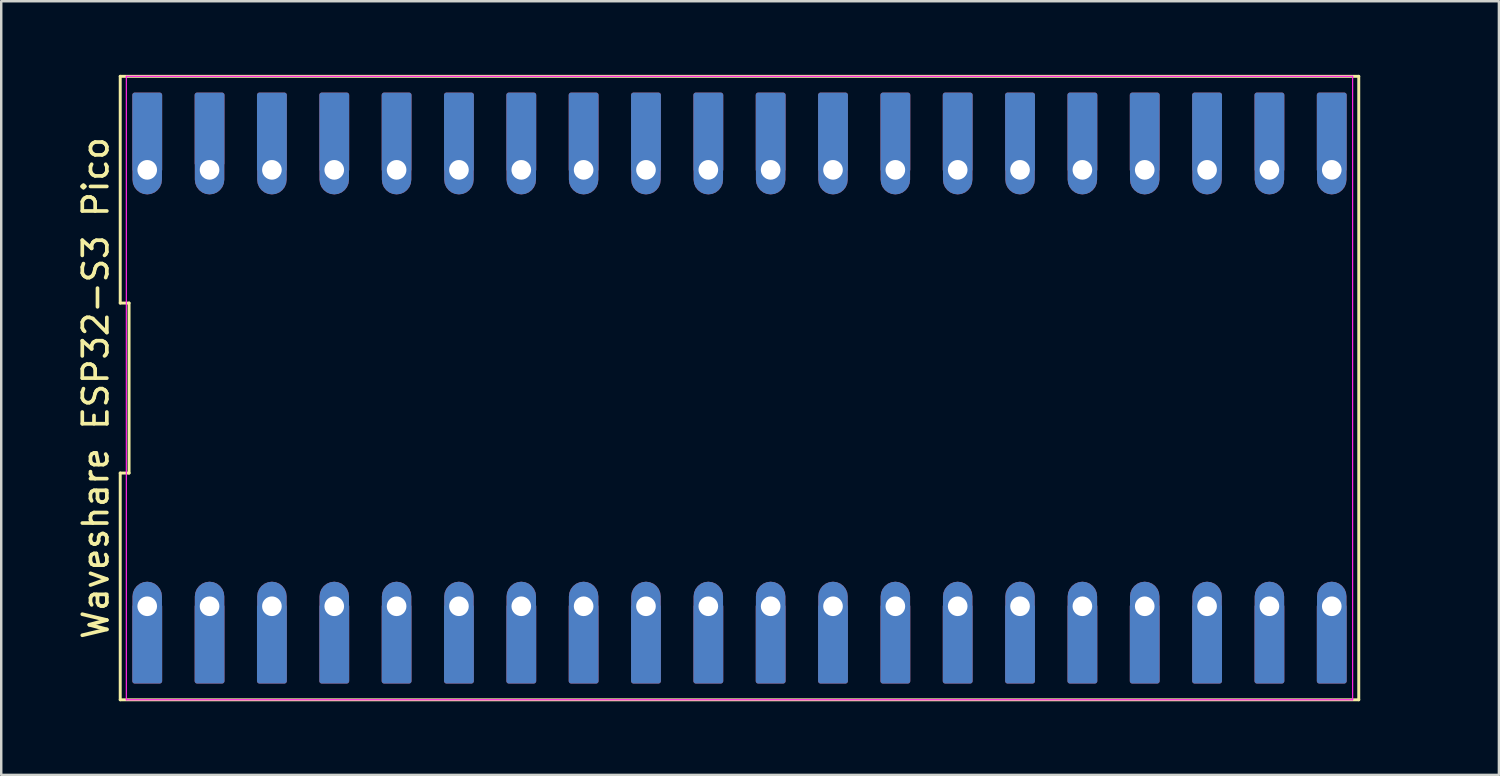
<source format=kicad_pcb>
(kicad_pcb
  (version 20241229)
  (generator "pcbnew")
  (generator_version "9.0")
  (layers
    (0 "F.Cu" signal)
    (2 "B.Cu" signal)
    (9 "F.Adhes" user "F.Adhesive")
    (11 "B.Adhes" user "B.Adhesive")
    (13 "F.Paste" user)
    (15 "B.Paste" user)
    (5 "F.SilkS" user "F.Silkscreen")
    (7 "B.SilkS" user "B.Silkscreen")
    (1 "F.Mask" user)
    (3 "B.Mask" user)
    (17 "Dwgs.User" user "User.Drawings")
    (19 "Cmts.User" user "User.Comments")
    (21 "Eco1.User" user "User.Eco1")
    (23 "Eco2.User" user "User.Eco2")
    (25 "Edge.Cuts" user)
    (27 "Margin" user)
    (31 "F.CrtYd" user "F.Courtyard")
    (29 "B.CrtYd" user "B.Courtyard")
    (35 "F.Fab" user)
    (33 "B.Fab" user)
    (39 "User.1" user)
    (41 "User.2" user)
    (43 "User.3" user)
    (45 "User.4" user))
  (footprint "Waveshare ESP32-S3 Pico"
    (layer "F.Cu")
    (at 27.078 12.76)
    (property "Reference" "Waveshare ESP32-S3 Pico" (at -26.23 0 90) (layer "F.SilkS") (effects (font (size 1 1) (thickness 0.15))))
    (attr through_hole)
    (fp_rect (start -24.638 -11.938) (end -23.622 -8.89) (stroke (width 0.1) (type solid)) (fill yes) (layer "F.Mask"))
    (fp_rect (start -24.638 8.89) (end -23.622 11.938) (stroke (width 0.1) (type solid)) (fill yes) (layer "F.Mask"))
    (fp_rect (start -22.098 -11.938) (end -21.082 -8.89) (stroke (width 0.1) (type solid)) (fill yes) (layer "F.Mask"))
    (fp_rect (start -22.098 8.89) (end -21.082 11.938) (stroke (width 0.1) (type solid)) (fill yes) (layer "F.Mask"))
    (fp_rect (start -19.558 -11.938) (end -18.542 -8.89) (stroke (width 0.1) (type solid)) (fill yes) (layer "F.Mask"))
    (fp_rect (start -19.558 8.89) (end -18.542 11.938) (stroke (width 0.1) (type solid)) (fill yes) (layer "F.Mask"))
    (fp_rect (start -17.018 -11.938) (end -16.002 -8.89) (stroke (width 0.1) (type solid)) (fill yes) (layer "F.Mask"))
    (fp_rect (start -17.018 8.89) (end -16.002 11.938) (stroke (width 0.1) (type solid)) (fill yes) (layer "F.Mask"))
    (fp_rect (start -14.478 -11.938) (end -13.462 -8.89) (stroke (width 0.1) (type solid)) (fill yes) (layer "F.Mask"))
    (fp_rect (start -14.478 8.89) (end -13.462 11.938) (stroke (width 0.1) (type solid)) (fill yes) (layer "F.Mask"))
    (fp_rect (start -11.938 -11.938) (end -10.922 -8.89) (stroke (width 0.1) (type solid)) (fill yes) (layer "F.Mask"))
    (fp_rect (start -11.938 8.89) (end -10.922 11.938) (stroke (width 0.1) (type solid)) (fill yes) (layer "F.Mask"))
    (fp_rect (start -9.398 -11.938) (end -8.382 -8.89) (stroke (width 0.1) (type solid)) (fill yes) (layer "F.Mask"))
    (fp_rect (start -9.398 8.89) (end -8.382 11.938) (stroke (width 0.1) (type solid)) (fill yes) (layer "F.Mask"))
    (fp_rect (start -6.858 -11.938) (end -5.842 -8.89) (stroke (width 0.1) (type solid)) (fill yes) (layer "F.Mask"))
    (fp_rect (start -6.858 8.89) (end -5.842 11.938) (stroke (width 0.1) (type solid)) (fill yes) (layer "F.Mask"))
    (fp_rect (start -4.318 -11.938) (end -3.302 -8.89) (stroke (width 0.1) (type solid)) (fill yes) (layer "F.Mask"))
    (fp_rect (start -4.318 8.89) (end -3.302 11.938) (stroke (width 0.1) (type solid)) (fill yes) (layer "F.Mask"))
    (fp_rect (start -1.778 -11.938) (end -0.762 -8.89) (stroke (width 0.1) (type solid)) (fill yes) (layer "F.Mask"))
    (fp_rect (start -1.778 8.89) (end -0.762 11.938) (stroke (width 0.1) (type solid)) (fill yes) (layer "F.Mask"))
    (fp_rect (start 0.762 -11.938) (end 1.778 -8.89) (stroke (width 0.1) (type solid)) (fill yes) (layer "F.Mask"))
    (fp_rect (start 0.762 8.89) (end 1.778 11.938) (stroke (width 0.1) (type solid)) (fill yes) (layer "F.Mask"))
    (fp_rect (start 3.302 -11.938) (end 4.318 -8.89) (stroke (width 0.1) (type solid)) (fill yes) (layer "F.Mask"))
    (fp_rect (start 3.302 8.89) (end 4.318 11.938) (stroke (width 0.1) (type solid)) (fill yes) (layer "F.Mask"))
    (fp_rect (start 5.842 -11.938) (end 6.858 -8.89) (stroke (width 0.1) (type solid)) (fill yes) (layer "F.Mask"))
    (fp_rect (start 5.842 8.89) (end 6.858 11.938) (stroke (width 0.1) (type solid)) (fill yes) (layer "F.Mask"))
    (fp_rect (start 8.382 -11.938) (end 9.398 -8.89) (stroke (width 0.1) (type solid)) (fill yes) (layer "F.Mask"))
    (fp_rect (start 8.382 8.89) (end 9.398 11.938) (stroke (width 0.1) (type solid)) (fill yes) (layer "F.Mask"))
    (fp_rect (start 10.922 -11.938) (end 11.938 -8.89) (stroke (width 0.1) (type solid)) (fill yes) (layer "F.Mask"))
    (fp_rect (start 10.922 8.89) (end 11.938 11.938) (stroke (width 0.1) (type solid)) (fill yes) (layer "F.Mask"))
    (fp_rect (start 13.462 -11.938) (end 14.478 -8.89) (stroke (width 0.1) (type solid)) (fill yes) (layer "F.Mask"))
    (fp_rect (start 13.462 8.89) (end 14.478 11.938) (stroke (width 0.1) (type solid)) (fill yes) (layer "F.Mask"))
    (fp_rect (start 16.002 -11.938) (end 17.018 -8.89) (stroke (width 0.1) (type solid)) (fill yes) (layer "F.Mask"))
    (fp_rect (start 16.002 8.89) (end 17.018 11.938) (stroke (width 0.1) (type solid)) (fill yes) (layer "F.Mask"))
    (fp_rect (start 18.542 -11.938) (end 19.558 -8.89) (stroke (width 0.1) (type solid)) (fill yes) (layer "F.Mask"))
    (fp_rect (start 18.542 8.89) (end 19.558 11.938) (stroke (width 0.1) (type solid)) (fill yes) (layer "F.Mask"))
    (fp_rect (start 21.082 -11.938) (end 22.098 -8.89) (stroke (width 0.1) (type solid)) (fill yes) (layer "F.Mask"))
    (fp_rect (start 21.082 8.89) (end 22.098 11.938) (stroke (width 0.1) (type solid)) (fill yes) (layer "F.Mask"))
    (fp_rect (start 23.622 -11.938) (end 24.638 -8.89) (stroke (width 0.1) (type solid)) (fill yes) (layer "F.Mask"))
    (fp_rect (start 23.622 8.89) (end 24.638 11.938) (stroke (width 0.1) (type solid)) (fill yes) (layer "F.Mask"))
    (fp_line (start -25.23 -12.7) (end -25.23 -3.463) (stroke (width 0.12) (type default)) (layer "F.SilkS"))
    (fp_line (start -25.23 -3.463) (end -24.87 -3.463) (stroke (width 0.12) (type default)) (layer "F.SilkS"))
    (fp_line (start -25.23 3.463) (end -25.23 12.7) (stroke (width 0.12) (type default)) (layer "F.SilkS"))
    (fp_line (start -25.23 12.7) (end 25.23 12.7) (stroke (width 0.12) (type default)) (layer "F.SilkS"))
    (fp_line (start -24.87 -3.463) (end -24.87 3.463) (stroke (width 0.12) (type default)) (layer "F.SilkS"))
    (fp_line (start -24.87 3.463) (end -25.23 3.463) (stroke (width 0.12) (type default)) (layer "F.SilkS"))
    (fp_line (start 25.23 -12.7) (end -25.23 -12.7) (stroke (width 0.12) (type default)) (layer "F.SilkS"))
    (fp_line (start 25.23 12.7) (end 25.23 -12.7) (stroke (width 0.12) (type default)) (layer "F.SilkS"))
    (fp_line (start -24.98 -12.7) (end -24.98 12.7) (stroke (width 0.05) (type default)) (layer "F.CrtYd"))
    (fp_line (start -24.98 -12.7) (end 24.98 -12.7) (stroke (width 0.05) (type default)) (layer "F.CrtYd"))
    (fp_line (start 24.98 -12.7) (end 24.98 12.7) (stroke (width 0.05) (type default)) (layer "F.CrtYd"))
    (fp_line (start 24.98 12.7) (end -24.98 12.7) (stroke (width 0.05) (type default)) (layer "F.CrtYd"))
    (pad "1" thru_hole custom (at -24.13 8.89) (size 1.2 2) (drill 0.8) (layers "*.Cu" "*.Mask") (options (anchor circle)) (primitives (gr_poly (pts (xy 0.58 0.555) (xy 0.52 0.7) (xy 0.424 0.824) (xy 0.3 0.92) (xy 0.155 0.98) (xy 0 1) (xy -0.155 0.98) (xy -0.3 0.92) (xy -0.424 0.824) (xy -0.52 0.7) (xy -0.58 0.555) (xy -0.6 0.4) (xy -0.6 -0.4) (xy -0.58 -0.555) (xy -0.52 -0.7) (xy -0.424 -0.824) (xy -0.3 -0.92) (xy -0.155 -0.98) (xy 0 -1) (xy 0.155 -0.98) (xy 0.3 -0.92) (xy 0.424 -0.824) (xy 0.52 -0.7) (xy 0.58 -0.555) (xy 0.6 -0.4) (xy 0.6 0.4)) (width 0) (fill yes)) (gr_rect (start -0.508 0) (end 0.508 3.048) (width 0.2) (fill yes))))
    (pad "2" thru_hole custom (at -21.59 8.89) (size 1.2 2) (drill 0.8) (layers "*.Cu" "*.Mask") (options (anchor circle)) (primitives (gr_poly (pts (xy 0.58 0.555) (xy 0.52 0.7) (xy 0.424 0.824) (xy 0.3 0.92) (xy 0.155 0.98) (xy 0 1) (xy -0.155 0.98) (xy -0.3 0.92) (xy -0.424 0.824) (xy -0.52 0.7) (xy -0.58 0.555) (xy -0.6 0.4) (xy -0.6 -0.4) (xy -0.58 -0.555) (xy -0.52 -0.7) (xy -0.424 -0.824) (xy -0.3 -0.92) (xy -0.155 -0.98) (xy 0 -1) (xy 0.155 -0.98) (xy 0.3 -0.92) (xy 0.424 -0.824) (xy 0.52 -0.7) (xy 0.58 -0.555) (xy 0.6 -0.4) (xy 0.6 0.4)) (width 0) (fill yes)) (gr_rect (start -0.508 0) (end 0.508 3.048) (width 0.2) (fill yes))))
    (pad "3" thru_hole custom (at -19.05 8.89) (size 1.2 2) (drill 0.8) (layers "*.Cu" "*.Mask") (options (anchor circle)) (primitives (gr_poly (pts (xy 0.58 0.555) (xy 0.52 0.7) (xy 0.424 0.824) (xy 0.3 0.92) (xy 0.155 0.98) (xy 0 1) (xy -0.155 0.98) (xy -0.3 0.92) (xy -0.424 0.824) (xy -0.52 0.7) (xy -0.58 0.555) (xy -0.6 0.4) (xy -0.6 -0.4) (xy -0.58 -0.555) (xy -0.52 -0.7) (xy -0.424 -0.824) (xy -0.3 -0.92) (xy -0.155 -0.98) (xy 0 -1) (xy 0.155 -0.98) (xy 0.3 -0.92) (xy 0.424 -0.824) (xy 0.52 -0.7) (xy 0.58 -0.555) (xy 0.6 -0.4) (xy 0.6 0.4)) (width 0) (fill yes)) (gr_rect (start -0.508 0) (end 0.508 3.048) (width 0.2) (fill yes))))
    (pad "4" thru_hole custom (at -16.51 8.89) (size 1.2 2) (drill 0.8) (layers "*.Cu" "*.Mask") (options (anchor circle)) (primitives (gr_poly (pts (xy 0.58 0.555) (xy 0.52 0.7) (xy 0.424 0.824) (xy 0.3 0.92) (xy 0.155 0.98) (xy 0 1) (xy -0.155 0.98) (xy -0.3 0.92) (xy -0.424 0.824) (xy -0.52 0.7) (xy -0.58 0.555) (xy -0.6 0.4) (xy -0.6 -0.4) (xy -0.58 -0.555) (xy -0.52 -0.7) (xy -0.424 -0.824) (xy -0.3 -0.92) (xy -0.155 -0.98) (xy 0 -1) (xy 0.155 -0.98) (xy 0.3 -0.92) (xy 0.424 -0.824) (xy 0.52 -0.7) (xy 0.58 -0.555) (xy 0.6 -0.4) (xy 0.6 0.4)) (width 0) (fill yes)) (gr_rect (start -0.508 0) (end 0.508 3.048) (width 0.2) (fill yes))))
    (pad "5" thru_hole custom (at -13.97 8.89) (size 1.2 2) (drill 0.8) (layers "*.Cu" "*.Mask") (options (anchor circle)) (primitives (gr_poly (pts (xy 0.58 0.555) (xy 0.52 0.7) (xy 0.424 0.824) (xy 0.3 0.92) (xy 0.155 0.98) (xy 0 1) (xy -0.155 0.98) (xy -0.3 0.92) (xy -0.424 0.824) (xy -0.52 0.7) (xy -0.58 0.555) (xy -0.6 0.4) (xy -0.6 -0.4) (xy -0.58 -0.555) (xy -0.52 -0.7) (xy -0.424 -0.824) (xy -0.3 -0.92) (xy -0.155 -0.98) (xy 0 -1) (xy 0.155 -0.98) (xy 0.3 -0.92) (xy 0.424 -0.824) (xy 0.52 -0.7) (xy 0.58 -0.555) (xy 0.6 -0.4) (xy 0.6 0.4)) (width 0) (fill yes)) (gr_rect (start -0.508 0) (end 0.508 3.048) (width 0.2) (fill yes))))
    (pad "6" thru_hole custom (at -11.43 8.89) (size 1.2 2) (drill 0.8) (layers "*.Cu" "*.Mask") (options (anchor circle)) (primitives (gr_poly (pts (xy 0.58 0.555) (xy 0.52 0.7) (xy 0.424 0.824) (xy 0.3 0.92) (xy 0.155 0.98) (xy 0 1) (xy -0.155 0.98) (xy -0.3 0.92) (xy -0.424 0.824) (xy -0.52 0.7) (xy -0.58 0.555) (xy -0.6 0.4) (xy -0.6 -0.4) (xy -0.58 -0.555) (xy -0.52 -0.7) (xy -0.424 -0.824) (xy -0.3 -0.92) (xy -0.155 -0.98) (xy 0 -1) (xy 0.155 -0.98) (xy 0.3 -0.92) (xy 0.424 -0.824) (xy 0.52 -0.7) (xy 0.58 -0.555) (xy 0.6 -0.4) (xy 0.6 0.4)) (width 0) (fill yes)) (gr_rect (start -0.508 0) (end 0.508 3.048) (width 0.2) (fill yes))))
    (pad "7" thru_hole custom (at -8.89 8.89) (size 1.2 2) (drill 0.8) (layers "*.Cu" "*.Mask") (options (anchor circle)) (primitives (gr_poly (pts (xy 0.58 0.555) (xy 0.52 0.7) (xy 0.424 0.824) (xy 0.3 0.92) (xy 0.155 0.98) (xy 0 1) (xy -0.155 0.98) (xy -0.3 0.92) (xy -0.424 0.824) (xy -0.52 0.7) (xy -0.58 0.555) (xy -0.6 0.4) (xy -0.6 -0.4) (xy -0.58 -0.555) (xy -0.52 -0.7) (xy -0.424 -0.824) (xy -0.3 -0.92) (xy -0.155 -0.98) (xy 0 -1) (xy 0.155 -0.98) (xy 0.3 -0.92) (xy 0.424 -0.824) (xy 0.52 -0.7) (xy 0.58 -0.555) (xy 0.6 -0.4) (xy 0.6 0.4)) (width 0) (fill yes)) (gr_rect (start -0.508 0) (end 0.508 3.048) (width 0.2) (fill yes))))
    (pad "8" thru_hole custom (at -6.35 8.89) (size 1.2 2) (drill 0.8) (layers "*.Cu" "*.Mask") (options (anchor circle)) (primitives (gr_poly (pts (xy 0.58 0.555) (xy 0.52 0.7) (xy 0.424 0.824) (xy 0.3 0.92) (xy 0.155 0.98) (xy 0 1) (xy -0.155 0.98) (xy -0.3 0.92) (xy -0.424 0.824) (xy -0.52 0.7) (xy -0.58 0.555) (xy -0.6 0.4) (xy -0.6 -0.4) (xy -0.58 -0.555) (xy -0.52 -0.7) (xy -0.424 -0.824) (xy -0.3 -0.92) (xy -0.155 -0.98) (xy 0 -1) (xy 0.155 -0.98) (xy 0.3 -0.92) (xy 0.424 -0.824) (xy 0.52 -0.7) (xy 0.58 -0.555) (xy 0.6 -0.4) (xy 0.6 0.4)) (width 0) (fill yes)) (gr_rect (start -0.508 0) (end 0.508 3.048) (width 0.2) (fill yes))))
    (pad "9" thru_hole custom (at -3.81 8.89) (size 1.2 2) (drill 0.8) (layers "*.Cu" "*.Mask") (options (anchor circle)) (primitives (gr_poly (pts (xy 0.58 0.555) (xy 0.52 0.7) (xy 0.424 0.824) (xy 0.3 0.92) (xy 0.155 0.98) (xy 0 1) (xy -0.155 0.98) (xy -0.3 0.92) (xy -0.424 0.824) (xy -0.52 0.7) (xy -0.58 0.555) (xy -0.6 0.4) (xy -0.6 -0.4) (xy -0.58 -0.555) (xy -0.52 -0.7) (xy -0.424 -0.824) (xy -0.3 -0.92) (xy -0.155 -0.98) (xy 0 -1) (xy 0.155 -0.98) (xy 0.3 -0.92) (xy 0.424 -0.824) (xy 0.52 -0.7) (xy 0.58 -0.555) (xy 0.6 -0.4) (xy 0.6 0.4)) (width 0) (fill yes)) (gr_rect (start -0.508 0) (end 0.508 3.048) (width 0.2) (fill yes))))
    (pad "10" thru_hole custom (at -1.27 8.89) (size 1.2 2) (drill 0.8) (layers "*.Cu" "*.Mask") (options (anchor circle)) (primitives (gr_poly (pts (xy 0.58 0.555) (xy 0.52 0.7) (xy 0.424 0.824) (xy 0.3 0.92) (xy 0.155 0.98) (xy 0 1) (xy -0.155 0.98) (xy -0.3 0.92) (xy -0.424 0.824) (xy -0.52 0.7) (xy -0.58 0.555) (xy -0.6 0.4) (xy -0.6 -0.4) (xy -0.58 -0.555) (xy -0.52 -0.7) (xy -0.424 -0.824) (xy -0.3 -0.92) (xy -0.155 -0.98) (xy 0 -1) (xy 0.155 -0.98) (xy 0.3 -0.92) (xy 0.424 -0.824) (xy 0.52 -0.7) (xy 0.58 -0.555) (xy 0.6 -0.4) (xy 0.6 0.4)) (width 0) (fill yes)) (gr_rect (start -0.508 0) (end 0.508 3.048) (width 0.2) (fill yes))))
    (pad "11" thru_hole custom (at 1.27 8.89) (size 1.2 2) (drill 0.8) (layers "*.Cu" "*.Mask") (options (anchor circle)) (primitives (gr_poly (pts (xy 0.58 0.555) (xy 0.52 0.7) (xy 0.424 0.824) (xy 0.3 0.92) (xy 0.155 0.98) (xy 0 1) (xy -0.155 0.98) (xy -0.3 0.92) (xy -0.424 0.824) (xy -0.52 0.7) (xy -0.58 0.555) (xy -0.6 0.4) (xy -0.6 -0.4) (xy -0.58 -0.555) (xy -0.52 -0.7) (xy -0.424 -0.824) (xy -0.3 -0.92) (xy -0.155 -0.98) (xy 0 -1) (xy 0.155 -0.98) (xy 0.3 -0.92) (xy 0.424 -0.824) (xy 0.52 -0.7) (xy 0.58 -0.555) (xy 0.6 -0.4) (xy 0.6 0.4)) (width 0) (fill yes)) (gr_rect (start -0.508 0) (end 0.508 3.048) (width 0.2) (fill yes))))
    (pad "12" thru_hole custom (at 3.81 8.89) (size 1.2 2) (drill 0.8) (layers "*.Cu" "*.Mask") (options (anchor circle)) (primitives (gr_poly (pts (xy 0.58 0.555) (xy 0.52 0.7) (xy 0.424 0.824) (xy 0.3 0.92) (xy 0.155 0.98) (xy 0 1) (xy -0.155 0.98) (xy -0.3 0.92) (xy -0.424 0.824) (xy -0.52 0.7) (xy -0.58 0.555) (xy -0.6 0.4) (xy -0.6 -0.4) (xy -0.58 -0.555) (xy -0.52 -0.7) (xy -0.424 -0.824) (xy -0.3 -0.92) (xy -0.155 -0.98) (xy 0 -1) (xy 0.155 -0.98) (xy 0.3 -0.92) (xy 0.424 -0.824) (xy 0.52 -0.7) (xy 0.58 -0.555) (xy 0.6 -0.4) (xy 0.6 0.4)) (width 0) (fill yes)) (gr_rect (start -0.508 0) (end 0.508 3.048) (width 0.2) (fill yes))))
    (pad "13" thru_hole custom (at 6.35 8.89) (size 1.2 2) (drill 0.8) (layers "*.Cu" "*.Mask") (options (anchor circle)) (primitives (gr_poly (pts (xy 0.58 0.555) (xy 0.52 0.7) (xy 0.424 0.824) (xy 0.3 0.92) (xy 0.155 0.98) (xy 0 1) (xy -0.155 0.98) (xy -0.3 0.92) (xy -0.424 0.824) (xy -0.52 0.7) (xy -0.58 0.555) (xy -0.6 0.4) (xy -0.6 -0.4) (xy -0.58 -0.555) (xy -0.52 -0.7) (xy -0.424 -0.824) (xy -0.3 -0.92) (xy -0.155 -0.98) (xy 0 -1) (xy 0.155 -0.98) (xy 0.3 -0.92) (xy 0.424 -0.824) (xy 0.52 -0.7) (xy 0.58 -0.555) (xy 0.6 -0.4) (xy 0.6 0.4)) (width 0) (fill yes)) (gr_rect (start -0.508 0) (end 0.508 3.048) (width 0.2) (fill yes))))
    (pad "14" thru_hole custom (at 8.89 8.89) (size 1.2 2) (drill 0.8) (layers "*.Cu" "*.Mask") (options (anchor circle)) (primitives (gr_poly (pts (xy 0.58 0.555) (xy 0.52 0.7) (xy 0.424 0.824) (xy 0.3 0.92) (xy 0.155 0.98) (xy 0 1) (xy -0.155 0.98) (xy -0.3 0.92) (xy -0.424 0.824) (xy -0.52 0.7) (xy -0.58 0.555) (xy -0.6 0.4) (xy -0.6 -0.4) (xy -0.58 -0.555) (xy -0.52 -0.7) (xy -0.424 -0.824) (xy -0.3 -0.92) (xy -0.155 -0.98) (xy 0 -1) (xy 0.155 -0.98) (xy 0.3 -0.92) (xy 0.424 -0.824) (xy 0.52 -0.7) (xy 0.58 -0.555) (xy 0.6 -0.4) (xy 0.6 0.4)) (width 0) (fill yes)) (gr_rect (start -0.508 0) (end 0.508 3.048) (width 0.2) (fill yes))))
    (pad "15" thru_hole custom (at 11.43 8.89) (size 1.2 2) (drill 0.8) (layers "*.Cu" "*.Mask") (options (anchor circle)) (primitives (gr_poly (pts (xy 0.58 0.555) (xy 0.52 0.7) (xy 0.424 0.824) (xy 0.3 0.92) (xy 0.155 0.98) (xy 0 1) (xy -0.155 0.98) (xy -0.3 0.92) (xy -0.424 0.824) (xy -0.52 0.7) (xy -0.58 0.555) (xy -0.6 0.4) (xy -0.6 -0.4) (xy -0.58 -0.555) (xy -0.52 -0.7) (xy -0.424 -0.824) (xy -0.3 -0.92) (xy -0.155 -0.98) (xy 0 -1) (xy 0.155 -0.98) (xy 0.3 -0.92) (xy 0.424 -0.824) (xy 0.52 -0.7) (xy 0.58 -0.555) (xy 0.6 -0.4) (xy 0.6 0.4)) (width 0) (fill yes)) (gr_rect (start -0.508 0) (end 0.508 3.048) (width 0.2) (fill yes))))
    (pad "16" thru_hole custom (at 13.97 8.89) (size 1.2 2) (drill 0.8) (layers "*.Cu" "*.Mask") (options (anchor circle)) (primitives (gr_poly (pts (xy 0.58 0.555) (xy 0.52 0.7) (xy 0.424 0.824) (xy 0.3 0.92) (xy 0.155 0.98) (xy 0 1) (xy -0.155 0.98) (xy -0.3 0.92) (xy -0.424 0.824) (xy -0.52 0.7) (xy -0.58 0.555) (xy -0.6 0.4) (xy -0.6 -0.4) (xy -0.58 -0.555) (xy -0.52 -0.7) (xy -0.424 -0.824) (xy -0.3 -0.92) (xy -0.155 -0.98) (xy 0 -1) (xy 0.155 -0.98) (xy 0.3 -0.92) (xy 0.424 -0.824) (xy 0.52 -0.7) (xy 0.58 -0.555) (xy 0.6 -0.4) (xy 0.6 0.4)) (width 0) (fill yes)) (gr_rect (start -0.508 0) (end 0.508 3.048) (width 0.2) (fill yes))))
    (pad "17" thru_hole custom (at 16.51 8.89) (size 1.2 2) (drill 0.8) (layers "*.Cu" "*.Mask") (options (anchor circle)) (primitives (gr_poly (pts (xy 0.58 0.555) (xy 0.52 0.7) (xy 0.424 0.824) (xy 0.3 0.92) (xy 0.155 0.98) (xy 0 1) (xy -0.155 0.98) (xy -0.3 0.92) (xy -0.424 0.824) (xy -0.52 0.7) (xy -0.58 0.555) (xy -0.6 0.4) (xy -0.6 -0.4) (xy -0.58 -0.555) (xy -0.52 -0.7) (xy -0.424 -0.824) (xy -0.3 -0.92) (xy -0.155 -0.98) (xy 0 -1) (xy 0.155 -0.98) (xy 0.3 -0.92) (xy 0.424 -0.824) (xy 0.52 -0.7) (xy 0.58 -0.555) (xy 0.6 -0.4) (xy 0.6 0.4)) (width 0) (fill yes)) (gr_rect (start -0.508 0) (end 0.508 3.048) (width 0.2) (fill yes))))
    (pad "18" thru_hole custom (at 19.05 8.89) (size 1.2 2) (drill 0.8) (layers "*.Cu" "*.Mask") (options (anchor circle)) (primitives (gr_poly (pts (xy 0.58 0.555) (xy 0.52 0.7) (xy 0.424 0.824) (xy 0.3 0.92) (xy 0.155 0.98) (xy 0 1) (xy -0.155 0.98) (xy -0.3 0.92) (xy -0.424 0.824) (xy -0.52 0.7) (xy -0.58 0.555) (xy -0.6 0.4) (xy -0.6 -0.4) (xy -0.58 -0.555) (xy -0.52 -0.7) (xy -0.424 -0.824) (xy -0.3 -0.92) (xy -0.155 -0.98) (xy 0 -1) (xy 0.155 -0.98) (xy 0.3 -0.92) (xy 0.424 -0.824) (xy 0.52 -0.7) (xy 0.58 -0.555) (xy 0.6 -0.4) (xy 0.6 0.4)) (width 0) (fill yes)) (gr_rect (start -0.508 0) (end 0.508 3.048) (width 0.2) (fill yes))))
    (pad "19" thru_hole custom (at 21.59 8.89) (size 1.2 2) (drill 0.8) (layers "*.Cu" "*.Mask") (options (anchor circle)) (primitives (gr_poly (pts (xy 0.58 0.555) (xy 0.52 0.7) (xy 0.424 0.824) (xy 0.3 0.92) (xy 0.155 0.98) (xy 0 1) (xy -0.155 0.98) (xy -0.3 0.92) (xy -0.424 0.824) (xy -0.52 0.7) (xy -0.58 0.555) (xy -0.6 0.4) (xy -0.6 -0.4) (xy -0.58 -0.555) (xy -0.52 -0.7) (xy -0.424 -0.824) (xy -0.3 -0.92) (xy -0.155 -0.98) (xy 0 -1) (xy 0.155 -0.98) (xy 0.3 -0.92) (xy 0.424 -0.824) (xy 0.52 -0.7) (xy 0.58 -0.555) (xy 0.6 -0.4) (xy 0.6 0.4)) (width 0) (fill yes)) (gr_rect (start -0.508 0) (end 0.508 3.048) (width 0.2) (fill yes))))
    (pad "20" thru_hole custom (at 24.13 8.89) (size 1.2 2) (drill 0.8) (layers "*.Cu" "*.Mask") (options (anchor circle)) (primitives (gr_poly (pts (xy 0.58 0.555) (xy 0.52 0.7) (xy 0.424 0.824) (xy 0.3 0.92) (xy 0.155 0.98) (xy 0 1) (xy -0.155 0.98) (xy -0.3 0.92) (xy -0.424 0.824) (xy -0.52 0.7) (xy -0.58 0.555) (xy -0.6 0.4) (xy -0.6 -0.4) (xy -0.58 -0.555) (xy -0.52 -0.7) (xy -0.424 -0.824) (xy -0.3 -0.92) (xy -0.155 -0.98) (xy 0 -1) (xy 0.155 -0.98) (xy 0.3 -0.92) (xy 0.424 -0.824) (xy 0.52 -0.7) (xy 0.58 -0.555) (xy 0.6 -0.4) (xy 0.6 0.4)) (width 0) (fill yes)) (gr_rect (start -0.508 0) (end 0.508 3.048) (width 0.2) (fill yes))))
    (pad "21" thru_hole custom (at 24.13 -8.89) (size 1.2 2) (drill 0.8) (layers "*.Cu" "*.Mask") (options (anchor circle)) (primitives (gr_poly (pts (xy 0.58 0.555) (xy 0.52 0.7) (xy 0.424 0.824) (xy 0.3 0.92) (xy 0.155 0.98) (xy 0 1) (xy -0.155 0.98) (xy -0.3 0.92) (xy -0.424 0.824) (xy -0.52 0.7) (xy -0.58 0.555) (xy -0.6 0.4) (xy -0.6 -0.4) (xy -0.58 -0.555) (xy -0.52 -0.7) (xy -0.424 -0.824) (xy -0.3 -0.92) (xy -0.155 -0.98) (xy 0 -1) (xy 0.155 -0.98) (xy 0.3 -0.92) (xy 0.424 -0.824) (xy 0.52 -0.7) (xy 0.58 -0.555) (xy 0.6 -0.4) (xy 0.6 0.4)) (width 0) (fill yes)) (gr_rect (start -0.508 -3.048) (end 0.508 0) (width 0.2) (fill yes))))
    (pad "22" thru_hole custom (at 21.59 -8.89) (size 1.2 2) (drill 0.8) (layers "*.Cu" "*.Mask") (options (anchor circle)) (primitives (gr_poly (pts (xy 0.58 0.555) (xy 0.52 0.7) (xy 0.424 0.824) (xy 0.3 0.92) (xy 0.155 0.98) (xy 0 1) (xy -0.155 0.98) (xy -0.3 0.92) (xy -0.424 0.824) (xy -0.52 0.7) (xy -0.58 0.555) (xy -0.6 0.4) (xy -0.6 -0.4) (xy -0.58 -0.555) (xy -0.52 -0.7) (xy -0.424 -0.824) (xy -0.3 -0.92) (xy -0.155 -0.98) (xy 0 -1) (xy 0.155 -0.98) (xy 0.3 -0.92) (xy 0.424 -0.824) (xy 0.52 -0.7) (xy 0.58 -0.555) (xy 0.6 -0.4) (xy 0.6 0.4)) (width 0) (fill yes)) (gr_rect (start -0.508 -3.048) (end 0.508 0) (width 0.2) (fill yes))))
    (pad "23" thru_hole custom (at 19.05 -8.89) (size 1.2 2) (drill 0.8) (layers "*.Cu" "*.Mask") (options (anchor circle)) (primitives (gr_poly (pts (xy 0.58 0.555) (xy 0.52 0.7) (xy 0.424 0.824) (xy 0.3 0.92) (xy 0.155 0.98) (xy 0 1) (xy -0.155 0.98) (xy -0.3 0.92) (xy -0.424 0.824) (xy -0.52 0.7) (xy -0.58 0.555) (xy -0.6 0.4) (xy -0.6 -0.4) (xy -0.58 -0.555) (xy -0.52 -0.7) (xy -0.424 -0.824) (xy -0.3 -0.92) (xy -0.155 -0.98) (xy 0 -1) (xy 0.155 -0.98) (xy 0.3 -0.92) (xy 0.424 -0.824) (xy 0.52 -0.7) (xy 0.58 -0.555) (xy 0.6 -0.4) (xy 0.6 0.4)) (width 0) (fill yes)) (gr_rect (start -0.508 -3.048) (end 0.508 0) (width 0.2) (fill yes))))
    (pad "24" thru_hole custom (at 16.51 -8.89) (size 1.2 2) (drill 0.8) (layers "*.Cu" "*.Mask") (options (anchor circle)) (primitives (gr_poly (pts (xy 0.58 0.555) (xy 0.52 0.7) (xy 0.424 0.824) (xy 0.3 0.92) (xy 0.155 0.98) (xy 0 1) (xy -0.155 0.98) (xy -0.3 0.92) (xy -0.424 0.824) (xy -0.52 0.7) (xy -0.58 0.555) (xy -0.6 0.4) (xy -0.6 -0.4) (xy -0.58 -0.555) (xy -0.52 -0.7) (xy -0.424 -0.824) (xy -0.3 -0.92) (xy -0.155 -0.98) (xy 0 -1) (xy 0.155 -0.98) (xy 0.3 -0.92) (xy 0.424 -0.824) (xy 0.52 -0.7) (xy 0.58 -0.555) (xy 0.6 -0.4) (xy 0.6 0.4)) (width 0) (fill yes)) (gr_rect (start -0.508 -3.048) (end 0.508 0) (width 0.2) (fill yes))))
    (pad "25" thru_hole custom (at 13.97 -8.89) (size 1.2 2) (drill 0.8) (layers "*.Cu" "*.Mask") (options (anchor circle)) (primitives (gr_poly (pts (xy 0.58 0.555) (xy 0.52 0.7) (xy 0.424 0.824) (xy 0.3 0.92) (xy 0.155 0.98) (xy 0 1) (xy -0.155 0.98) (xy -0.3 0.92) (xy -0.424 0.824) (xy -0.52 0.7) (xy -0.58 0.555) (xy -0.6 0.4) (xy -0.6 -0.4) (xy -0.58 -0.555) (xy -0.52 -0.7) (xy -0.424 -0.824) (xy -0.3 -0.92) (xy -0.155 -0.98) (xy 0 -1) (xy 0.155 -0.98) (xy 0.3 -0.92) (xy 0.424 -0.824) (xy 0.52 -0.7) (xy 0.58 -0.555) (xy 0.6 -0.4) (xy 0.6 0.4)) (width 0) (fill yes)) (gr_rect (start -0.508 -3.048) (end 0.508 0) (width 0.2) (fill yes))))
    (pad "26" thru_hole custom (at 11.43 -8.89) (size 1.2 2) (drill 0.8) (layers "*.Cu" "*.Mask") (options (anchor circle)) (primitives (gr_poly (pts (xy 0.58 0.555) (xy 0.52 0.7) (xy 0.424 0.824) (xy 0.3 0.92) (xy 0.155 0.98) (xy 0 1) (xy -0.155 0.98) (xy -0.3 0.92) (xy -0.424 0.824) (xy -0.52 0.7) (xy -0.58 0.555) (xy -0.6 0.4) (xy -0.6 -0.4) (xy -0.58 -0.555) (xy -0.52 -0.7) (xy -0.424 -0.824) (xy -0.3 -0.92) (xy -0.155 -0.98) (xy 0 -1) (xy 0.155 -0.98) (xy 0.3 -0.92) (xy 0.424 -0.824) (xy 0.52 -0.7) (xy 0.58 -0.555) (xy 0.6 -0.4) (xy 0.6 0.4)) (width 0) (fill yes)) (gr_rect (start -0.508 -3.048) (end 0.508 0) (width 0.2) (fill yes))))
    (pad "27" thru_hole custom (at 8.89 -8.89) (size 1.2 2) (drill 0.8) (layers "*.Cu" "*.Mask") (options (anchor circle)) (primitives (gr_poly (pts (xy 0.58 0.555) (xy 0.52 0.7) (xy 0.424 0.824) (xy 0.3 0.92) (xy 0.155 0.98) (xy 0 1) (xy -0.155 0.98) (xy -0.3 0.92) (xy -0.424 0.824) (xy -0.52 0.7) (xy -0.58 0.555) (xy -0.6 0.4) (xy -0.6 -0.4) (xy -0.58 -0.555) (xy -0.52 -0.7) (xy -0.424 -0.824) (xy -0.3 -0.92) (xy -0.155 -0.98) (xy 0 -1) (xy 0.155 -0.98) (xy 0.3 -0.92) (xy 0.424 -0.824) (xy 0.52 -0.7) (xy 0.58 -0.555) (xy 0.6 -0.4) (xy 0.6 0.4)) (width 0) (fill yes)) (gr_rect (start -0.508 -3.048) (end 0.508 0) (width 0.2) (fill yes))))
    (pad "28" thru_hole custom (at 6.35 -8.89) (size 1.2 2) (drill 0.8) (layers "*.Cu" "*.Mask") (options (anchor circle)) (primitives (gr_poly (pts (xy 0.58 0.555) (xy 0.52 0.7) (xy 0.424 0.824) (xy 0.3 0.92) (xy 0.155 0.98) (xy 0 1) (xy -0.155 0.98) (xy -0.3 0.92) (xy -0.424 0.824) (xy -0.52 0.7) (xy -0.58 0.555) (xy -0.6 0.4) (xy -0.6 -0.4) (xy -0.58 -0.555) (xy -0.52 -0.7) (xy -0.424 -0.824) (xy -0.3 -0.92) (xy -0.155 -0.98) (xy 0 -1) (xy 0.155 -0.98) (xy 0.3 -0.92) (xy 0.424 -0.824) (xy 0.52 -0.7) (xy 0.58 -0.555) (xy 0.6 -0.4) (xy 0.6 0.4)) (width 0) (fill yes)) (gr_rect (start -0.508 -3.048) (end 0.508 0) (width 0.2) (fill yes))))
    (pad "29" thru_hole custom (at 3.81 -8.89) (size 1.2 2) (drill 0.8) (layers "*.Cu" "*.Mask") (options (anchor circle)) (primitives (gr_poly (pts (xy 0.58 0.555) (xy 0.52 0.7) (xy 0.424 0.824) (xy 0.3 0.92) (xy 0.155 0.98) (xy 0 1) (xy -0.155 0.98) (xy -0.3 0.92) (xy -0.424 0.824) (xy -0.52 0.7) (xy -0.58 0.555) (xy -0.6 0.4) (xy -0.6 -0.4) (xy -0.58 -0.555) (xy -0.52 -0.7) (xy -0.424 -0.824) (xy -0.3 -0.92) (xy -0.155 -0.98) (xy 0 -1) (xy 0.155 -0.98) (xy 0.3 -0.92) (xy 0.424 -0.824) (xy 0.52 -0.7) (xy 0.58 -0.555) (xy 0.6 -0.4) (xy 0.6 0.4)) (width 0) (fill yes)) (gr_rect (start -0.508 -3.048) (end 0.508 0) (width 0.2) (fill yes))))
    (pad "30" thru_hole custom (at 1.27 -8.89) (size 1.2 2) (drill 0.8) (layers "*.Cu" "*.Mask") (options (anchor circle)) (primitives (gr_poly (pts (xy 0.58 0.555) (xy 0.52 0.7) (xy 0.424 0.824) (xy 0.3 0.92) (xy 0.155 0.98) (xy 0 1) (xy -0.155 0.98) (xy -0.3 0.92) (xy -0.424 0.824) (xy -0.52 0.7) (xy -0.58 0.555) (xy -0.6 0.4) (xy -0.6 -0.4) (xy -0.58 -0.555) (xy -0.52 -0.7) (xy -0.424 -0.824) (xy -0.3 -0.92) (xy -0.155 -0.98) (xy 0 -1) (xy 0.155 -0.98) (xy 0.3 -0.92) (xy 0.424 -0.824) (xy 0.52 -0.7) (xy 0.58 -0.555) (xy 0.6 -0.4) (xy 0.6 0.4)) (width 0) (fill yes)) (gr_rect (start -0.508 -3.048) (end 0.508 0) (width 0.2) (fill yes))))
    (pad "31" thru_hole custom (at -1.27 -8.89) (size 1.2 2) (drill 0.8) (layers "*.Cu" "*.Mask") (options (anchor circle)) (primitives (gr_poly (pts (xy 0.58 0.555) (xy 0.52 0.7) (xy 0.424 0.824) (xy 0.3 0.92) (xy 0.155 0.98) (xy 0 1) (xy -0.155 0.98) (xy -0.3 0.92) (xy -0.424 0.824) (xy -0.52 0.7) (xy -0.58 0.555) (xy -0.6 0.4) (xy -0.6 -0.4) (xy -0.58 -0.555) (xy -0.52 -0.7) (xy -0.424 -0.824) (xy -0.3 -0.92) (xy -0.155 -0.98) (xy 0 -1) (xy 0.155 -0.98) (xy 0.3 -0.92) (xy 0.424 -0.824) (xy 0.52 -0.7) (xy 0.58 -0.555) (xy 0.6 -0.4) (xy 0.6 0.4)) (width 0) (fill yes)) (gr_rect (start -0.508 -3.048) (end 0.508 0) (width 0.2) (fill yes))))
    (pad "32" thru_hole custom (at -3.81 -8.89) (size 1.2 2) (drill 0.8) (layers "*.Cu" "*.Mask") (options (anchor circle)) (primitives (gr_poly (pts (xy 0.58 0.555) (xy 0.52 0.7) (xy 0.424 0.824) (xy 0.3 0.92) (xy 0.155 0.98) (xy 0 1) (xy -0.155 0.98) (xy -0.3 0.92) (xy -0.424 0.824) (xy -0.52 0.7) (xy -0.58 0.555) (xy -0.6 0.4) (xy -0.6 -0.4) (xy -0.58 -0.555) (xy -0.52 -0.7) (xy -0.424 -0.824) (xy -0.3 -0.92) (xy -0.155 -0.98) (xy 0 -1) (xy 0.155 -0.98) (xy 0.3 -0.92) (xy 0.424 -0.824) (xy 0.52 -0.7) (xy 0.58 -0.555) (xy 0.6 -0.4) (xy 0.6 0.4)) (width 0) (fill yes)) (gr_rect (start -0.508 -3.048) (end 0.508 0) (width 0.2) (fill yes))))
    (pad "33" thru_hole custom (at -6.35 -8.89) (size 1.2 2) (drill 0.8) (layers "*.Cu" "*.Mask") (options (anchor circle)) (primitives (gr_poly (pts (xy 0.58 0.555) (xy 0.52 0.7) (xy 0.424 0.824) (xy 0.3 0.92) (xy 0.155 0.98) (xy 0 1) (xy -0.155 0.98) (xy -0.3 0.92) (xy -0.424 0.824) (xy -0.52 0.7) (xy -0.58 0.555) (xy -0.6 0.4) (xy -0.6 -0.4) (xy -0.58 -0.555) (xy -0.52 -0.7) (xy -0.424 -0.824) (xy -0.3 -0.92) (xy -0.155 -0.98) (xy 0 -1) (xy 0.155 -0.98) (xy 0.3 -0.92) (xy 0.424 -0.824) (xy 0.52 -0.7) (xy 0.58 -0.555) (xy 0.6 -0.4) (xy 0.6 0.4)) (width 0) (fill yes)) (gr_rect (start -0.508 -3.048) (end 0.508 0) (width 0.2) (fill yes))))
    (pad "34" thru_hole custom (at -8.89 -8.89) (size 1.2 2) (drill 0.8) (layers "*.Cu" "*.Mask") (options (anchor circle)) (primitives (gr_poly (pts (xy 0.58 0.555) (xy 0.52 0.7) (xy 0.424 0.824) (xy 0.3 0.92) (xy 0.155 0.98) (xy 0 1) (xy -0.155 0.98) (xy -0.3 0.92) (xy -0.424 0.824) (xy -0.52 0.7) (xy -0.58 0.555) (xy -0.6 0.4) (xy -0.6 -0.4) (xy -0.58 -0.555) (xy -0.52 -0.7) (xy -0.424 -0.824) (xy -0.3 -0.92) (xy -0.155 -0.98) (xy 0 -1) (xy 0.155 -0.98) (xy 0.3 -0.92) (xy 0.424 -0.824) (xy 0.52 -0.7) (xy 0.58 -0.555) (xy 0.6 -0.4) (xy 0.6 0.4)) (width 0) (fill yes)) (gr_rect (start -0.508 -3.048) (end 0.508 0) (width 0.2) (fill yes))))
    (pad "35" thru_hole custom (at -11.43 -8.89) (size 1.2 2) (drill 0.8) (layers "*.Cu" "*.Mask") (options (anchor circle)) (primitives (gr_poly (pts (xy 0.58 0.555) (xy 0.52 0.7) (xy 0.424 0.824) (xy 0.3 0.92) (xy 0.155 0.98) (xy 0 1) (xy -0.155 0.98) (xy -0.3 0.92) (xy -0.424 0.824) (xy -0.52 0.7) (xy -0.58 0.555) (xy -0.6 0.4) (xy -0.6 -0.4) (xy -0.58 -0.555) (xy -0.52 -0.7) (xy -0.424 -0.824) (xy -0.3 -0.92) (xy -0.155 -0.98) (xy 0 -1) (xy 0.155 -0.98) (xy 0.3 -0.92) (xy 0.424 -0.824) (xy 0.52 -0.7) (xy 0.58 -0.555) (xy 0.6 -0.4) (xy 0.6 0.4)) (width 0) (fill yes)) (gr_rect (start -0.508 -3.048) (end 0.508 0) (width 0.2) (fill yes))))
    (pad "36" thru_hole custom (at -13.97 -8.89) (size 1.2 2) (drill 0.8) (layers "*.Cu" "*.Mask") (options (anchor circle)) (primitives (gr_poly (pts (xy 0.58 0.555) (xy 0.52 0.7) (xy 0.424 0.824) (xy 0.3 0.92) (xy 0.155 0.98) (xy 0 1) (xy -0.155 0.98) (xy -0.3 0.92) (xy -0.424 0.824) (xy -0.52 0.7) (xy -0.58 0.555) (xy -0.6 0.4) (xy -0.6 -0.4) (xy -0.58 -0.555) (xy -0.52 -0.7) (xy -0.424 -0.824) (xy -0.3 -0.92) (xy -0.155 -0.98) (xy 0 -1) (xy 0.155 -0.98) (xy 0.3 -0.92) (xy 0.424 -0.824) (xy 0.52 -0.7) (xy 0.58 -0.555) (xy 0.6 -0.4) (xy 0.6 0.4)) (width 0) (fill yes)) (gr_rect (start -0.508 -3.048) (end 0.508 0) (width 0.2) (fill yes))))
    (pad "37" thru_hole custom (at -16.51 -8.89) (size 1.2 2) (drill 0.8) (layers "*.Cu" "*.Mask") (options (anchor circle)) (primitives (gr_poly (pts (xy 0.58 0.555) (xy 0.52 0.7) (xy 0.424 0.824) (xy 0.3 0.92) (xy 0.155 0.98) (xy 0 1) (xy -0.155 0.98) (xy -0.3 0.92) (xy -0.424 0.824) (xy -0.52 0.7) (xy -0.58 0.555) (xy -0.6 0.4) (xy -0.6 -0.4) (xy -0.58 -0.555) (xy -0.52 -0.7) (xy -0.424 -0.824) (xy -0.3 -0.92) (xy -0.155 -0.98) (xy 0 -1) (xy 0.155 -0.98) (xy 0.3 -0.92) (xy 0.424 -0.824) (xy 0.52 -0.7) (xy 0.58 -0.555) (xy 0.6 -0.4) (xy 0.6 0.4)) (width 0) (fill yes)) (gr_rect (start -0.508 -3.048) (end 0.508 0) (width 0.2) (fill yes))))
    (pad "38" thru_hole custom (at -19.05 -8.89) (size 1.2 2) (drill 0.8) (layers "*.Cu" "*.Mask") (options (anchor circle)) (primitives (gr_poly (pts (xy 0.58 0.555) (xy 0.52 0.7) (xy 0.424 0.824) (xy 0.3 0.92) (xy 0.155 0.98) (xy 0 1) (xy -0.155 0.98) (xy -0.3 0.92) (xy -0.424 0.824) (xy -0.52 0.7) (xy -0.58 0.555) (xy -0.6 0.4) (xy -0.6 -0.4) (xy -0.58 -0.555) (xy -0.52 -0.7) (xy -0.424 -0.824) (xy -0.3 -0.92) (xy -0.155 -0.98) (xy 0 -1) (xy 0.155 -0.98) (xy 0.3 -0.92) (xy 0.424 -0.824) (xy 0.52 -0.7) (xy 0.58 -0.555) (xy 0.6 -0.4) (xy 0.6 0.4)) (width 0) (fill yes)) (gr_rect (start -0.508 -3.048) (end 0.508 0) (width 0.2) (fill yes))))
    (pad "39" thru_hole custom (at -21.59 -8.89) (size 1.2 2) (drill 0.8) (layers "*.Cu" "*.Mask") (options (anchor circle)) (primitives (gr_poly (pts (xy 0.58 0.555) (xy 0.52 0.7) (xy 0.424 0.824) (xy 0.3 0.92) (xy 0.155 0.98) (xy 0 1) (xy -0.155 0.98) (xy -0.3 0.92) (xy -0.424 0.824) (xy -0.52 0.7) (xy -0.58 0.555) (xy -0.6 0.4) (xy -0.6 -0.4) (xy -0.58 -0.555) (xy -0.52 -0.7) (xy -0.424 -0.824) (xy -0.3 -0.92) (xy -0.155 -0.98) (xy 0 -1) (xy 0.155 -0.98) (xy 0.3 -0.92) (xy 0.424 -0.824) (xy 0.52 -0.7) (xy 0.58 -0.555) (xy 0.6 -0.4) (xy 0.6 0.4)) (width 0) (fill yes)) (gr_rect (start -0.508 -3.048) (end 0.508 -0.254) (width 0.2) (fill yes))))
    (pad "40" thru_hole custom (at -24.13 -8.89) (size 1.2 2) (drill 0.8) (layers "*.Cu" "*.Mask") (options (anchor circle)) (primitives (gr_poly (pts (xy 0.58 0.555) (xy 0.52 0.7) (xy 0.424 0.824) (xy 0.3 0.92) (xy 0.155 0.98) (xy 0 1) (xy -0.155 0.98) (xy -0.3 0.92) (xy -0.424 0.824) (xy -0.52 0.7) (xy -0.58 0.555) (xy -0.6 0.4) (xy -0.6 -0.4) (xy -0.58 -0.555) (xy -0.52 -0.7) (xy -0.424 -0.824) (xy -0.3 -0.92) (xy -0.155 -0.98) (xy 0 -1) (xy 0.155 -0.98) (xy 0.3 -0.92) (xy 0.424 -0.824) (xy 0.52 -0.7) (xy 0.58 -0.555) (xy 0.6 -0.4) (xy 0.6 0.4)) (width 0) (fill yes)) (gr_rect (start -0.508 -3.048) (end 0.508 0) (width 0.2) (fill yes))))
    (zone (net_name "") (layers "F.Cu" "B.Cu" "F.SilkS") (name "Antenna") (hatch edge 0.5) (connect_pads) (min_thickness 0.25) (filled_areas_thickness no) (keepout (tracks not_allowed) (vias not_allowed) (pads not_allowed) (copperpour not_allowed) (footprints not_allowed)) (placement (enabled no)) (fill) (polygon (pts (xy 47.398 5.14) (xy 47.398 20.38) (xy 55.018 20.38) (xy 55.018 5.14) (xy 49.938 5.14)))))
  (gr_rect
    (start -3 -3)
    (end 58.018 28.52)
    (stroke (width 0.1) (type default))
    (fill no)
    (layer "Edge.Cuts")))
</source>
